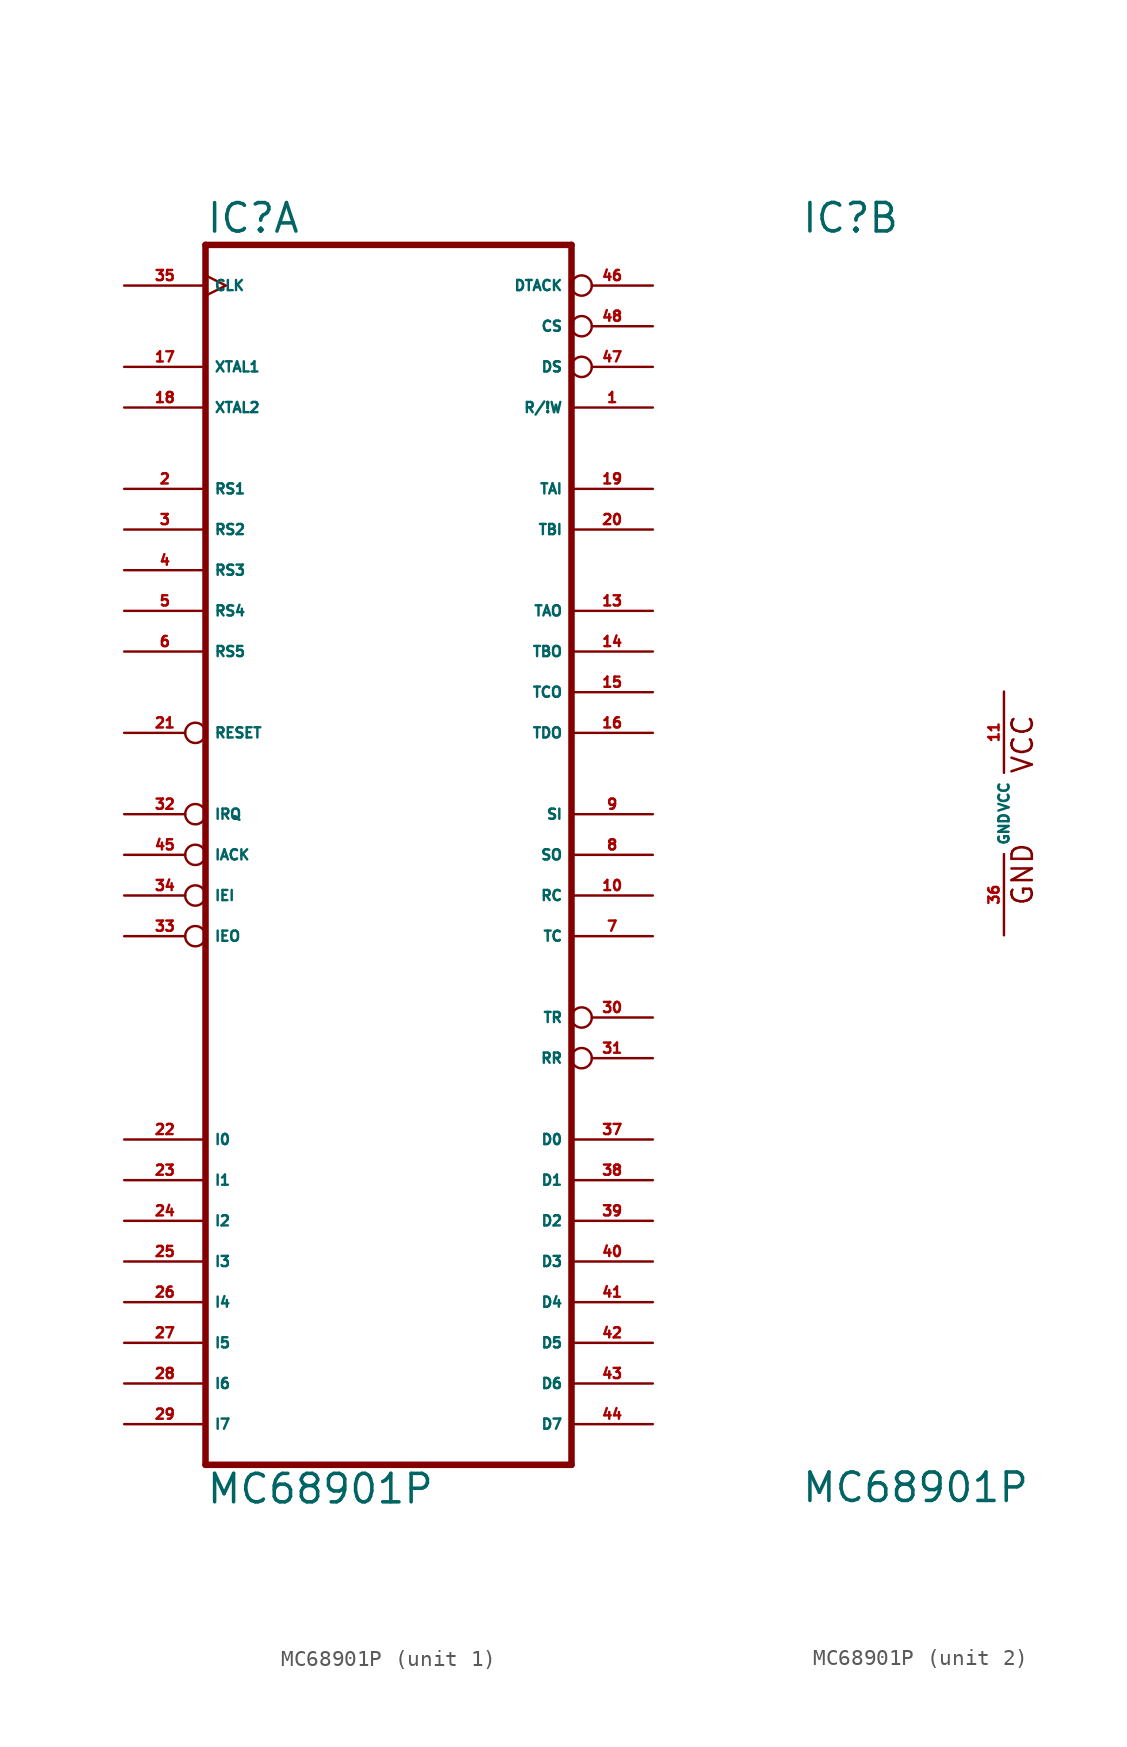
<source format=kicad_sym>
(kicad_symbol_lib
  (version 20220914)
  (generator Eagle2Kicad)
  (symbol "MC68901P"
    (property "Reference" "IC"
      (at -12.7 36.195 0)
      (effects (font (size 1.778 1.778) (thickness 0.22)) (justify left bottom)))
    (property "Value" "MC68901P"
      (at -12.7 -43.18 0)
      (effects (font (size 1.778 1.778) (thickness 0.22)) (justify left bottom)))
    (symbol "MC68901P_1_0"
      (polyline (pts (xy -12.7 -40.64) (xy 10.16 -40.64)) (stroke (width 0.406) (type default)) (fill (type none)))
      (polyline (pts (xy 10.16 -40.64) (xy 10.16 35.56)) (stroke (width 0.406) (type default)) (fill (type none)))
      (polyline (pts (xy 10.16 35.56) (xy -12.7 35.56)) (stroke (width 0.406) (type default)) (fill (type none)))
      (polyline (pts (xy -12.7 -40.64) (xy -12.7 35.56)) (stroke (width 0.406) (type default)) (fill (type none)))
      (pin input inverted (at 15.24 27.94 180) (length 5.08) (name "DS" (effects (font (size 0.635 0.635) (thickness 0.08)) (justify left bottom))) (number "47" (effects (font (size 0.635 0.635) (thickness 0.08)) (justify left bottom))))
      (pin input inverted (at -17.78 -5.08 0) (length 5.08) (name "IEI" (effects (font (size 0.635 0.635) (thickness 0.08)) (justify left bottom))) (number "34" (effects (font (size 0.635 0.635) (thickness 0.08)) (justify left bottom))))
      (pin input line (at 15.24 -7.62 180) (length 5.08) (name "TC" (effects (font (size 0.635 0.635) (thickness 0.08)) (justify left bottom))) (number "7" (effects (font (size 0.635 0.635) (thickness 0.08)) (justify left bottom))))
      (pin input inverted (at -17.78 -2.54 0) (length 5.08) (name "IACK" (effects (font (size 0.635 0.635) (thickness 0.08)) (justify left bottom))) (number "45" (effects (font (size 0.635 0.635) (thickness 0.08)) (justify left bottom))))
      (pin input line (at 15.24 25.4 180) (length 5.08) (name "R/!W" (effects (font (size 0.635 0.635) (thickness 0.08)) (justify left bottom))) (number "1" (effects (font (size 0.635 0.635) (thickness 0.08)) (justify left bottom))))
      (pin input inverted (at 15.24 30.48 180) (length 5.08) (name "CS" (effects (font (size 0.635 0.635) (thickness 0.08)) (justify left bottom))) (number "48" (effects (font (size 0.635 0.635) (thickness 0.08)) (justify left bottom))))
      (pin input line (at 15.24 20.32 180) (length 5.08) (name "TAI" (effects (font (size 0.635 0.635) (thickness 0.08)) (justify left bottom))) (number "19" (effects (font (size 0.635 0.635) (thickness 0.08)) (justify left bottom))))
      (pin input line (at 15.24 17.78 180) (length 5.08) (name "TBI" (effects (font (size 0.635 0.635) (thickness 0.08)) (justify left bottom))) (number "20" (effects (font (size 0.635 0.635) (thickness 0.08)) (justify left bottom))))
      (pin input line (at 15.24 0 180) (length 5.08) (name "SI" (effects (font (size 0.635 0.635) (thickness 0.08)) (justify left bottom))) (number "9" (effects (font (size 0.635 0.635) (thickness 0.08)) (justify left bottom))))
      (pin input line (at 15.24 -5.08 180) (length 5.08) (name "RC" (effects (font (size 0.635 0.635) (thickness 0.08)) (justify left bottom))) (number "10" (effects (font (size 0.635 0.635) (thickness 0.08)) (justify left bottom))))
      (pin input clock (at -17.78 33.02 0) (length 5.08) (name "CLK" (effects (font (size 0.635 0.635) (thickness 0.08)) (justify left bottom))) (number "35" (effects (font (size 0.635 0.635) (thickness 0.08)) (justify left bottom))))
      (pin bidirectional line (at 15.24 -20.32 180) (length 5.08) (name "D0" (effects (font (size 0.635 0.635) (thickness 0.08)) (justify left bottom))) (number "37" (effects (font (size 0.635 0.635) (thickness 0.08)) (justify left bottom))))
      (pin bidirectional line (at 15.24 -22.86 180) (length 5.08) (name "D1" (effects (font (size 0.635 0.635) (thickness 0.08)) (justify left bottom))) (number "38" (effects (font (size 0.635 0.635) (thickness 0.08)) (justify left bottom))))
      (pin bidirectional line (at 15.24 -25.4 180) (length 5.08) (name "D2" (effects (font (size 0.635 0.635) (thickness 0.08)) (justify left bottom))) (number "39" (effects (font (size 0.635 0.635) (thickness 0.08)) (justify left bottom))))
      (pin bidirectional line (at 15.24 -27.94 180) (length 5.08) (name "D3" (effects (font (size 0.635 0.635) (thickness 0.08)) (justify left bottom))) (number "40" (effects (font (size 0.635 0.635) (thickness 0.08)) (justify left bottom))))
      (pin bidirectional line (at 15.24 -30.48 180) (length 5.08) (name "D4" (effects (font (size 0.635 0.635) (thickness 0.08)) (justify left bottom))) (number "41" (effects (font (size 0.635 0.635) (thickness 0.08)) (justify left bottom))))
      (pin bidirectional line (at 15.24 -33.02 180) (length 5.08) (name "D5" (effects (font (size 0.635 0.635) (thickness 0.08)) (justify left bottom))) (number "42" (effects (font (size 0.635 0.635) (thickness 0.08)) (justify left bottom))))
      (pin bidirectional line (at 15.24 -35.56 180) (length 5.08) (name "D6" (effects (font (size 0.635 0.635) (thickness 0.08)) (justify left bottom))) (number "43" (effects (font (size 0.635 0.635) (thickness 0.08)) (justify left bottom))))
      (pin bidirectional line (at 15.24 -38.1 180) (length 5.08) (name "D7" (effects (font (size 0.635 0.635) (thickness 0.08)) (justify left bottom))) (number "44" (effects (font (size 0.635 0.635) (thickness 0.08)) (justify left bottom))))
      (pin input inverted (at -17.78 5.08 0) (length 5.08) (name "RESET" (effects (font (size 0.635 0.635) (thickness 0.08)) (justify left bottom))) (number "21" (effects (font (size 0.635 0.635) (thickness 0.08)) (justify left bottom))))
      (pin output inverted (at 15.24 33.02 180) (length 5.08) (name "DTACK" (effects (font (size 0.635 0.635) (thickness 0.08)) (justify left bottom))) (number "46" (effects (font (size 0.635 0.635) (thickness 0.08)) (justify left bottom))))
      (pin input line (at -17.78 27.94 0) (length 5.08) (name "XTAL1" (effects (font (size 0.635 0.635) (thickness 0.08)) (justify left bottom))) (number "17" (effects (font (size 0.635 0.635) (thickness 0.08)) (justify left bottom))))
      (pin input line (at -17.78 25.4 0) (length 5.08) (name "XTAL2" (effects (font (size 0.635 0.635) (thickness 0.08)) (justify left bottom))) (number "18" (effects (font (size 0.635 0.635) (thickness 0.08)) (justify left bottom))))
      (pin input line (at -17.78 20.32 0) (length 5.08) (name "RS1" (effects (font (size 0.635 0.635) (thickness 0.08)) (justify left bottom))) (number "2" (effects (font (size 0.635 0.635) (thickness 0.08)) (justify left bottom))))
      (pin input line (at -17.78 17.78 0) (length 5.08) (name "RS2" (effects (font (size 0.635 0.635) (thickness 0.08)) (justify left bottom))) (number "3" (effects (font (size 0.635 0.635) (thickness 0.08)) (justify left bottom))))
      (pin input line (at -17.78 15.24 0) (length 5.08) (name "RS3" (effects (font (size 0.635 0.635) (thickness 0.08)) (justify left bottom))) (number "4" (effects (font (size 0.635 0.635) (thickness 0.08)) (justify left bottom))))
      (pin input line (at -17.78 12.7 0) (length 5.08) (name "RS4" (effects (font (size 0.635 0.635) (thickness 0.08)) (justify left bottom))) (number "5" (effects (font (size 0.635 0.635) (thickness 0.08)) (justify left bottom))))
      (pin input line (at -17.78 10.16 0) (length 5.08) (name "RS5" (effects (font (size 0.635 0.635) (thickness 0.08)) (justify left bottom))) (number "6" (effects (font (size 0.635 0.635) (thickness 0.08)) (justify left bottom))))
      (pin output inverted (at 15.24 -12.7 180) (length 5.08) (name "TR" (effects (font (size 0.635 0.635) (thickness 0.08)) (justify left bottom))) (number "30" (effects (font (size 0.635 0.635) (thickness 0.08)) (justify left bottom))))
      (pin output inverted (at 15.24 -15.24 180) (length 5.08) (name "RR" (effects (font (size 0.635 0.635) (thickness 0.08)) (justify left bottom))) (number "31" (effects (font (size 0.635 0.635) (thickness 0.08)) (justify left bottom))))
      (pin output line (at 15.24 -2.54 180) (length 5.08) (name "SO" (effects (font (size 0.635 0.635) (thickness 0.08)) (justify left bottom))) (number "8" (effects (font (size 0.635 0.635) (thickness 0.08)) (justify left bottom))))
      (pin output line (at 15.24 12.7 180) (length 5.08) (name "TAO" (effects (font (size 0.635 0.635) (thickness 0.08)) (justify left bottom))) (number "13" (effects (font (size 0.635 0.635) (thickness 0.08)) (justify left bottom))))
      (pin output line (at 15.24 10.16 180) (length 5.08) (name "TBO" (effects (font (size 0.635 0.635) (thickness 0.08)) (justify left bottom))) (number "14" (effects (font (size 0.635 0.635) (thickness 0.08)) (justify left bottom))))
      (pin output line (at 15.24 7.62 180) (length 5.08) (name "TCO" (effects (font (size 0.635 0.635) (thickness 0.08)) (justify left bottom))) (number "15" (effects (font (size 0.635 0.635) (thickness 0.08)) (justify left bottom))))
      (pin output line (at 15.24 5.08 180) (length 5.08) (name "TDO" (effects (font (size 0.635 0.635) (thickness 0.08)) (justify left bottom))) (number "16" (effects (font (size 0.635 0.635) (thickness 0.08)) (justify left bottom))))
      (pin output inverted (at -17.78 0 0) (length 5.08) (name "IRQ" (effects (font (size 0.635 0.635) (thickness 0.08)) (justify left bottom))) (number "32" (effects (font (size 0.635 0.635) (thickness 0.08)) (justify left bottom))))
      (pin output inverted (at -17.78 -7.62 0) (length 5.08) (name "IEO" (effects (font (size 0.635 0.635) (thickness 0.08)) (justify left bottom))) (number "33" (effects (font (size 0.635 0.635) (thickness 0.08)) (justify left bottom))))
      (pin bidirectional line (at -17.78 -20.32 0) (length 5.08) (name "I0" (effects (font (size 0.635 0.635) (thickness 0.08)) (justify left bottom))) (number "22" (effects (font (size 0.635 0.635) (thickness 0.08)) (justify left bottom))))
      (pin bidirectional line (at -17.78 -22.86 0) (length 5.08) (name "I1" (effects (font (size 0.635 0.635) (thickness 0.08)) (justify left bottom))) (number "23" (effects (font (size 0.635 0.635) (thickness 0.08)) (justify left bottom))))
      (pin bidirectional line (at -17.78 -25.4 0) (length 5.08) (name "I2" (effects (font (size 0.635 0.635) (thickness 0.08)) (justify left bottom))) (number "24" (effects (font (size 0.635 0.635) (thickness 0.08)) (justify left bottom))))
      (pin bidirectional line (at -17.78 -27.94 0) (length 5.08) (name "I3" (effects (font (size 0.635 0.635) (thickness 0.08)) (justify left bottom))) (number "25" (effects (font (size 0.635 0.635) (thickness 0.08)) (justify left bottom))))
      (pin bidirectional line (at -17.78 -30.48 0) (length 5.08) (name "I4" (effects (font (size 0.635 0.635) (thickness 0.08)) (justify left bottom))) (number "26" (effects (font (size 0.635 0.635) (thickness 0.08)) (justify left bottom))))
      (pin bidirectional line (at -17.78 -33.02 0) (length 5.08) (name "I5" (effects (font (size 0.635 0.635) (thickness 0.08)) (justify left bottom))) (number "27" (effects (font (size 0.635 0.635) (thickness 0.08)) (justify left bottom))))
      (pin bidirectional line (at -17.78 -35.56 0) (length 5.08) (name "I6" (effects (font (size 0.635 0.635) (thickness 0.08)) (justify left bottom))) (number "28" (effects (font (size 0.635 0.635) (thickness 0.08)) (justify left bottom))))
      (pin bidirectional line (at -17.78 -38.1 0) (length 5.08) (name "I7" (effects (font (size 0.635 0.635) (thickness 0.08)) (justify left bottom))) (number "29" (effects (font (size 0.635 0.635) (thickness 0.08)) (justify left bottom)))))
    (symbol "MC68901P_2_0"
      (text "GND" (at 1.905 -5.842 900) (effects (font (size 1.27 1.27) (thickness 0.16)) (justify left bottom)))
      (text "VCC" (at 1.905 2.413 900) (effects (font (size 1.27 1.27) (thickness 0.16)) (justify left bottom)))
      (pin unspecified line (at 0 -7.62 90) (length 5.08) (name "GND" (effects (font (size 0.635 0.635) (thickness 0.08)) (justify left bottom))) (number "36" (effects (font (size 0.635 0.635) (thickness 0.08)) (justify left bottom))))
      (pin unspecified line (at 0 7.62 270) (length 5.08) (name "VCC" (effects (font (size 0.635 0.635) (thickness 0.08)) (justify left bottom))) (number "11" (effects (font (size 0.635 0.635) (thickness 0.08)) (justify left bottom)))))))
</source>
